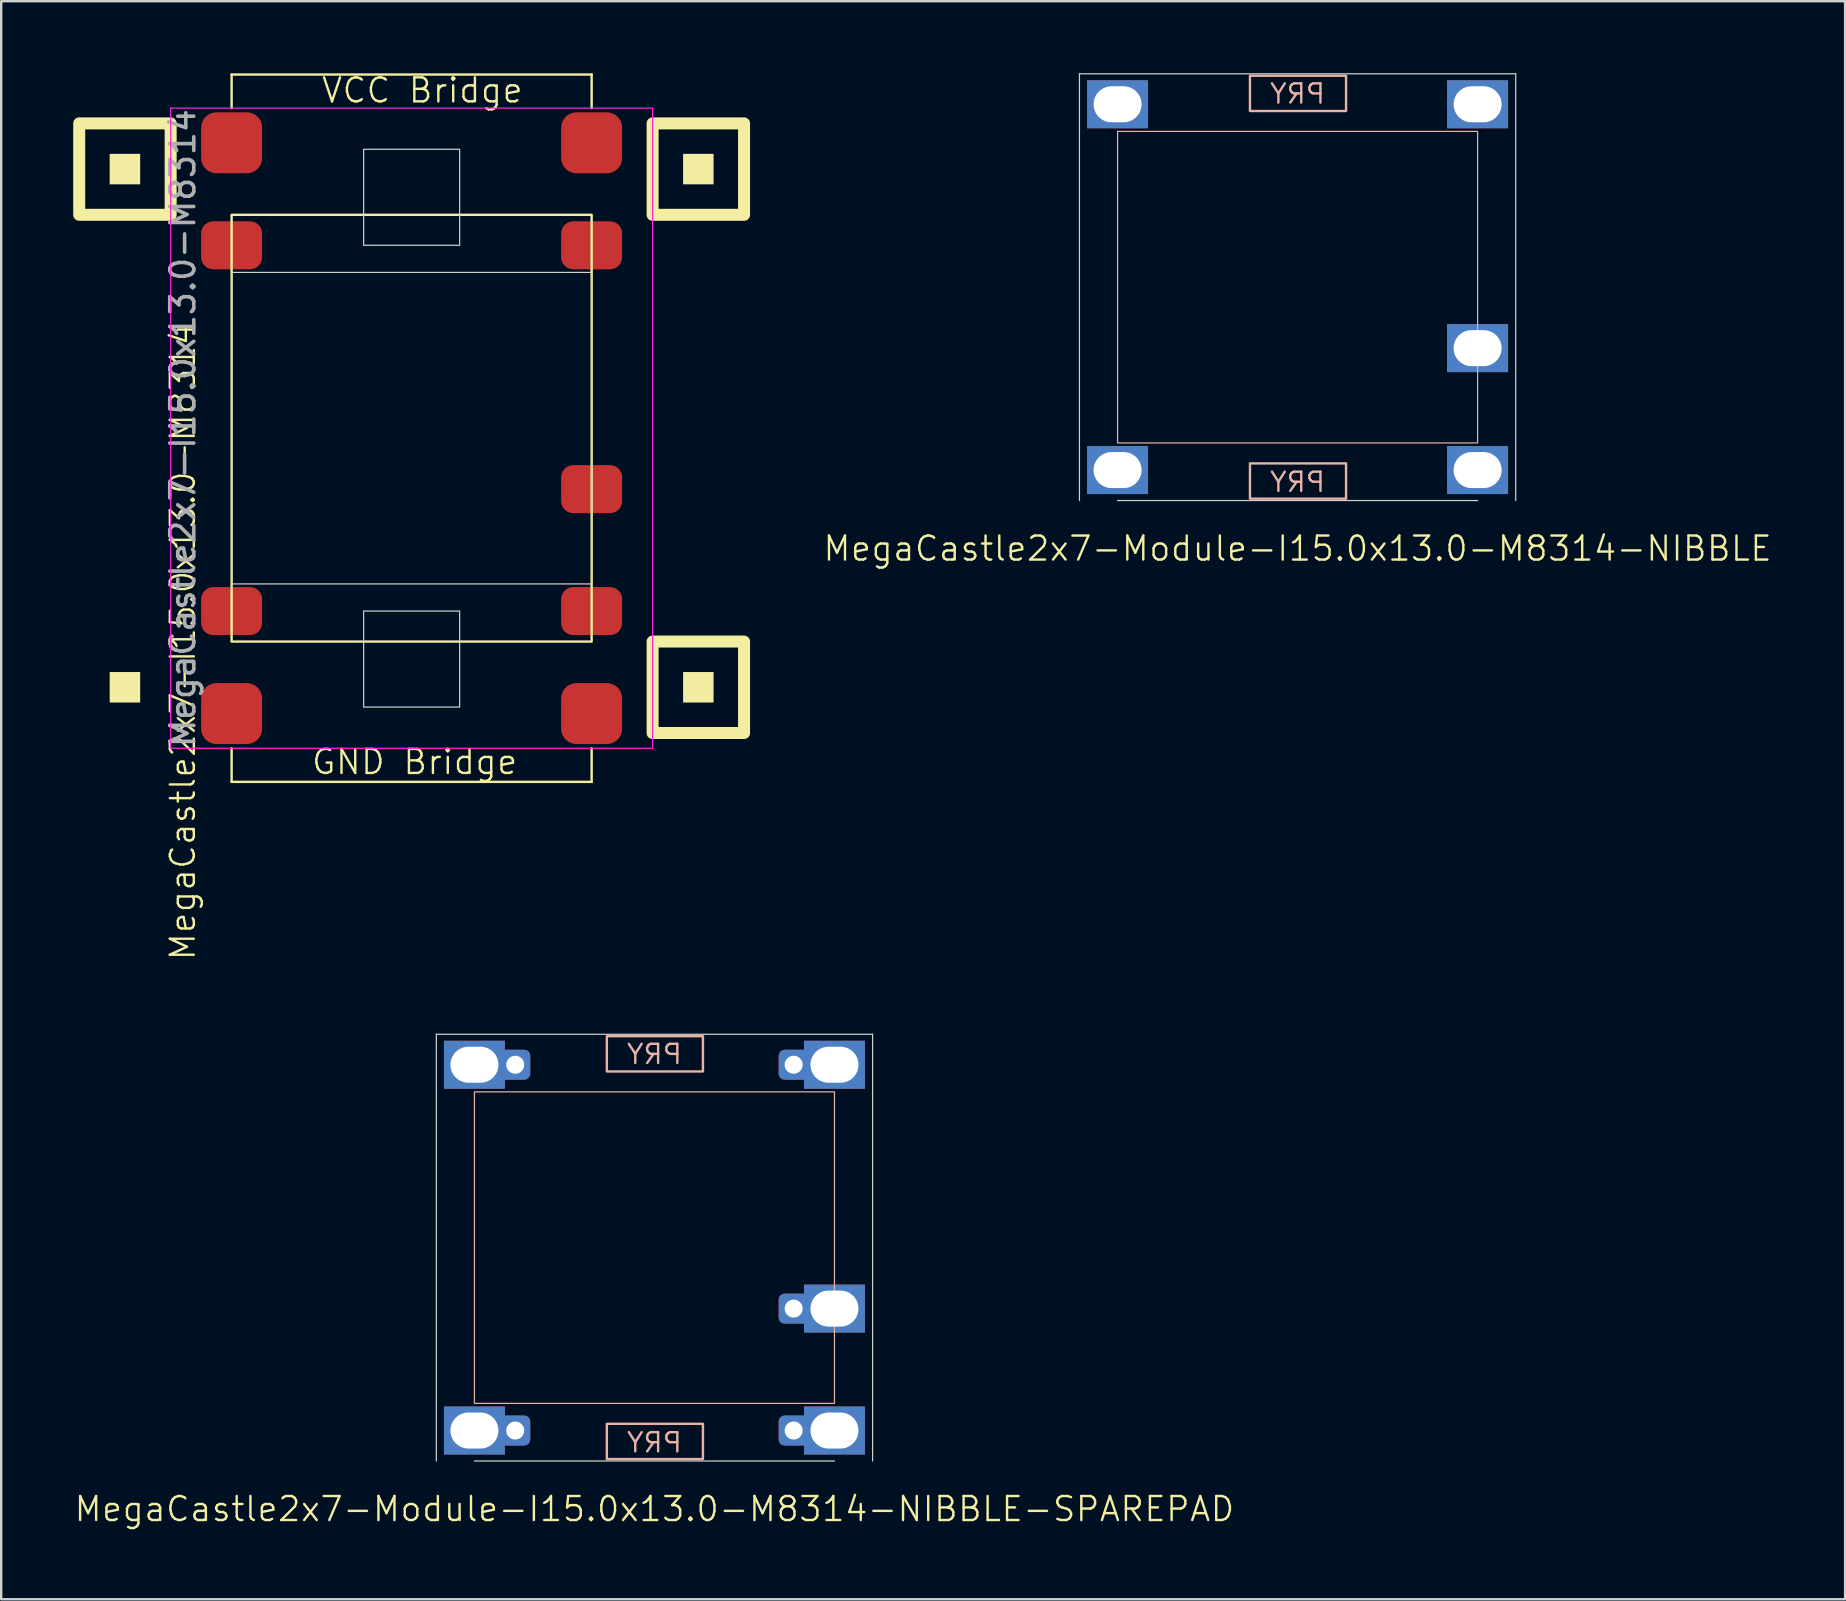
<source format=kicad_pcb>
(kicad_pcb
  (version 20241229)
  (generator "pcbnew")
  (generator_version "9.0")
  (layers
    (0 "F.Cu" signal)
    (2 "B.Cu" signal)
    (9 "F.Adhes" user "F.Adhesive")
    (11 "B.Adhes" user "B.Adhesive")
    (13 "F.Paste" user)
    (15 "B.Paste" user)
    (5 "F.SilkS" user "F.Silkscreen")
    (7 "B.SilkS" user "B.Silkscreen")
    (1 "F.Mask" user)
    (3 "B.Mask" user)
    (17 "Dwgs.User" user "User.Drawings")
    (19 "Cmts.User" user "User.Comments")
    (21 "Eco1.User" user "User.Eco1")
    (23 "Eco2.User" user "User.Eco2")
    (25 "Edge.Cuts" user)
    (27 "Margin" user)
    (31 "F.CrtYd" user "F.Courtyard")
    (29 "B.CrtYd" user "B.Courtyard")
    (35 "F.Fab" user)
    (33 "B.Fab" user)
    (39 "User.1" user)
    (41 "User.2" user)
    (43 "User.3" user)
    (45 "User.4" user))
  (footprint "MegaCastle2x7-Module-I15.0x13.0-M8314-NIBBLE"
    (layer "F.Cu")
    (at 51.012 8.915)
    (property "Reference" "MegaCastle2x7-Module-I15.0x13.0-M8314-NIBBLE" (at 0 10.89 0) (unlocked yes) (layer "F.SilkS") (effects (font (size 1 1) (thickness 0.1))))
    (attr smd)
    (fp_rect (start -7.5 6.49) (end 7.5 -6.49) (stroke (width 0.05) (type default)) (fill no) (layer "B.SilkS"))
    (fp_rect (start -1.984 -7.341) (end 2.02 -8.81) (stroke (width 0.1) (type default)) (fill no) (layer "B.SilkS"))
    (fp_rect (start -1.984 7.341) (end 2.02 8.81) (stroke (width 0.1) (type default)) (fill no) (layer "B.SilkS"))
    (fp_line (start -9.088 -8.89) (end -9.088 8.89) (stroke (width 0.05) (type default)) (layer "Edge.Cuts"))
    (fp_line (start -9.088 -8.89) (end 9.088 -8.89) (stroke (width 0.05) (type default)) (layer "Edge.Cuts"))
    (fp_line (start -7.5 8.89) (end 7.5 8.89) (stroke (width 0.05) (type default)) (layer "Edge.Cuts"))
    (fp_line (start 9.088 -8.89) (end 9.088 8.89) (stroke (width 0.05) (type default)) (layer "Edge.Cuts"))
    (fp_text user "PRY" (at 0 8.59 0) (unlocked yes) (layer "B.SilkS") (effects (font (size 0.8 0.8) (thickness 0.1)) (justify bottom mirror)))
    (fp_text user "PRY" (at 0 -7.59 0) (unlocked yes) (layer "B.SilkS") (effects (font (size 0.8 0.8) (thickness 0.1)) (justify bottom mirror)))
    (pad "1" thru_hole rect (at -7.5 -7.62) (size 2.54 2) (drill oval 2 1.5) (property pad_prop_castellated) (layers "*.Cu" "*.Mask"))
    (pad "7" thru_hole rect (at -7.5 7.62) (size 2.54 2) (drill oval 2 1.5) (property pad_prop_castellated) (layers "*.Cu" "*.Mask"))
    (pad "8" thru_hole rect (at 7.5 -7.62) (size 2.54 2) (drill oval 2 1.5) (property pad_prop_castellated) (layers "*.Cu" "*.Mask"))
    (pad "12" thru_hole rect (at 7.5 2.54) (size 2.54 2) (drill oval 2 1.5) (property pad_prop_castellated) (layers "*.Cu" "*.Mask"))
    (pad "14" thru_hole rect (at 7.5 7.62) (size 2.54 2) (drill oval 2 1.5) (property pad_prop_castellated) (layers "*.Cu" "*.Mask"))
    (zone (net_name "") (layer "B.Cu") (hatch edge 0.5) (connect_pads) (min_thickness 0.25) (filled_areas_thickness no) (keepout (tracks allowed) (vias allowed) (pads allowed) (copperpour allowed) (footprints not_allowed)) (placement (enabled no)) (fill) (polygon (pts (xy 43.512 17.805) (xy 43.512 0.025))))
    (zone (net_name "") (layer "B.Cu") (hatch edge 0.5) (connect_pads) (min_thickness 0.25) (filled_areas_thickness no) (keepout (tracks allowed) (vias allowed) (pads allowed) (copperpour allowed) (footprints not_allowed)) (placement (enabled no)) (fill) (polygon (pts (xy 58.512 17.805) (xy 58.512 0.025))))
    (zone (net_name "") (layer "B.Cu") (hatch edge 0.5) (connect_pads) (min_thickness 0.25) (filled_areas_thickness no) (keepout (tracks allowed) (vias allowed) (pads allowed) (copperpour allowed) (footprints not_allowed)) (placement (enabled no)) (fill) (polygon (pts (xy 43.512 0.025) (xy 43.512 2.425) (xy 58.512 2.425) (xy 58.512 0.025))))
    (zone (net_name "") (layer "B.Cu") (hatch edge 0.5) (connect_pads) (min_thickness 0.25) (filled_areas_thickness no) (keepout (tracks allowed) (vias allowed) (pads allowed) (copperpour allowed) (footprints not_allowed)) (placement (enabled no)) (fill) (polygon (pts (xy 43.512 17.805) (xy 43.512 15.405) (xy 58.512 15.405) (xy 58.512 17.805))))
    (zone (net_name "") (layer "B.Cu") (name "Upper Pry Zone") (hatch edge 0.5) (connect_pads) (min_thickness 0.25) (filled_areas_thickness no) (keepout (tracks not_allowed) (vias not_allowed) (pads not_allowed) (copperpour allowed) (footprints not_allowed)) (placement (enabled no)) (fill) (polygon (pts (xy 49.028 1.574) (xy 49.028 0.105) (xy 53.031 0.105) (xy 53.031 1.574))))
    (zone (net_name "") (layer "B.Cu") (name "Upper Pry Zone") (hatch edge 0.5) (connect_pads) (min_thickness 0.25) (filled_areas_thickness no) (keepout (tracks not_allowed) (vias not_allowed) (pads not_allowed) (copperpour allowed) (footprints not_allowed)) (placement (enabled no)) (fill) (polygon (pts (xy 49.028 16.256) (xy 49.028 17.725) (xy 53.031 17.725) (xy 53.031 16.256)))))
  (footprint "MegaCastle2x7-Module-I15.0x13.0-M8314-NIBBLE-SPAREPAD"
    (layer "F.Cu")
    (at 24.217 48.931)
    (property "Reference" "MegaCastle2x7-Module-I15.0x13.0-M8314-NIBBLE-SPAREPAD" (at 0 10.89 0) (unlocked yes) (layer "F.SilkS") (effects (font (size 1 1) (thickness 0.1))))
    (attr smd)
    (fp_rect (start -7.5 6.49) (end 7.5 -6.49) (stroke (width 0.05) (type default)) (fill no) (layer "B.SilkS"))
    (fp_rect (start -1.984 -7.341) (end 2.02 -8.81) (stroke (width 0.1) (type default)) (fill no) (layer "B.SilkS"))
    (fp_rect (start -1.984 7.341) (end 2.02 8.81) (stroke (width 0.1) (type default)) (fill no) (layer "B.SilkS"))
    (fp_line (start -9.088 -8.89) (end -9.088 8.89) (stroke (width 0.05) (type default)) (layer "Edge.Cuts"))
    (fp_line (start -9.088 -8.89) (end 9.088 -8.89) (stroke (width 0.05) (type default)) (layer "Edge.Cuts"))
    (fp_line (start -7.5 8.89) (end 7.5 8.89) (stroke (width 0.05) (type default)) (layer "Edge.Cuts"))
    (fp_line (start 9.088 -8.89) (end 9.088 8.89) (stroke (width 0.05) (type default)) (layer "Edge.Cuts"))
    (fp_text user "PRY" (at 0 8.59 0) (unlocked yes) (layer "B.SilkS") (effects (font (size 0.8 0.8) (thickness 0.1)) (justify bottom mirror)))
    (fp_text user "PRY" (at 0 -7.59 0) (unlocked yes) (layer "B.SilkS") (effects (font (size 0.8 0.8) (thickness 0.1)) (justify bottom mirror)))
    (pad "1" thru_hole rect (at -7.5 -7.62) (size 2.54 2) (drill oval 2 1.5) (property pad_prop_castellated) (layers "*.Cu" "*.Mask"))
    (pad "1" thru_hole roundrect (at -5.8 -7.62 180) (size 1.25 1.25) (drill 0.75) (layers "*.Cu" "*.Mask") (roundrect_rratio 0.2))
    (pad "7" thru_hole rect (at -7.5 7.62) (size 2.54 2) (drill oval 2 1.5) (property pad_prop_castellated) (layers "*.Cu" "*.Mask"))
    (pad "7" thru_hole roundrect (at -5.8 7.62 180) (size 1.25 1.25) (drill 0.75) (layers "*.Cu" "*.Mask") (roundrect_rratio 0.2))
    (pad "8" thru_hole roundrect (at 5.8 -7.62 180) (size 1.25 1.25) (drill 0.75) (layers "*.Cu" "*.Mask") (roundrect_rratio 0.2))
    (pad "8" thru_hole rect (at 7.5 -7.62) (size 2.54 2) (drill oval 2 1.5) (property pad_prop_castellated) (layers "*.Cu" "*.Mask"))
    (pad "12" thru_hole roundrect (at 5.8 2.54 180) (size 1.25 1.25) (drill 0.75) (layers "*.Cu" "*.Mask") (roundrect_rratio 0.2))
    (pad "12" thru_hole rect (at 7.5 2.54) (size 2.54 2) (drill oval 2 1.5) (property pad_prop_castellated) (layers "*.Cu" "*.Mask"))
    (pad "14" thru_hole roundrect (at 5.8 7.62 180) (size 1.25 1.25) (drill 0.75) (layers "*.Cu" "*.Mask") (roundrect_rratio 0.2))
    (pad "14" thru_hole rect (at 7.5 7.62) (size 2.54 2) (drill oval 2 1.5) (property pad_prop_castellated) (layers "*.Cu" "*.Mask"))
    (zone (net_name "") (layer "B.Cu") (hatch edge 0.5) (connect_pads) (min_thickness 0.25) (filled_areas_thickness no) (keepout (tracks allowed) (vias allowed) (pads allowed) (copperpour allowed) (footprints not_allowed)) (placement (enabled no)) (fill) (polygon (pts (xy 16.717 57.821) (xy 16.717 40.041))))
    (zone (net_name "") (layer "B.Cu") (hatch edge 0.5) (connect_pads) (min_thickness 0.25) (filled_areas_thickness no) (keepout (tracks allowed) (vias allowed) (pads allowed) (copperpour allowed) (footprints not_allowed)) (placement (enabled no)) (fill) (polygon (pts (xy 31.717 57.821) (xy 31.717 40.041))))
    (zone (net_name "") (layer "B.Cu") (hatch edge 0.5) (connect_pads) (min_thickness 0.25) (filled_areas_thickness no) (keepout (tracks allowed) (vias allowed) (pads allowed) (copperpour allowed) (footprints not_allowed)) (placement (enabled no)) (fill) (polygon (pts (xy 16.717 40.041) (xy 16.717 42.441) (xy 31.717 42.441) (xy 31.717 40.041))))
    (zone (net_name "") (layer "B.Cu") (hatch edge 0.5) (connect_pads) (min_thickness 0.25) (filled_areas_thickness no) (keepout (tracks allowed) (vias allowed) (pads allowed) (copperpour allowed) (footprints not_allowed)) (placement (enabled no)) (fill) (polygon (pts (xy 16.717 57.821) (xy 16.717 55.421) (xy 31.717 55.421) (xy 31.717 57.821))))
    (zone (net_name "") (layer "B.Cu") (name "Upper Pry Zone") (hatch edge 0.5) (connect_pads) (min_thickness 0.25) (filled_areas_thickness no) (keepout (tracks not_allowed) (vias not_allowed) (pads not_allowed) (copperpour allowed) (footprints not_allowed)) (placement (enabled no)) (fill) (polygon (pts (xy 22.232 41.589) (xy 22.232 40.121) (xy 26.236 40.121) (xy 26.236 41.589))))
    (zone (net_name "") (layer "B.Cu") (name "Upper Pry Zone") (hatch edge 0.5) (connect_pads) (min_thickness 0.25) (filled_areas_thickness no) (keepout (tracks not_allowed) (vias not_allowed) (pads not_allowed) (copperpour allowed) (footprints not_allowed)) (placement (enabled no)) (fill) (polygon (pts (xy 22.232 56.272) (xy 22.232 57.741) (xy 26.236 57.741) (xy 26.236 56.272)))))
  (footprint "MegaCastle2x7-I15.0x13.0-M8314"
    (layer "F.Cu")
    (at 14.1 14.79)
    (property "Reference" "MegaCastle2x7-I15.0x13.0-M8314" (at -9.532 8.89 90) (unlocked yes) (layer "F.SilkS") (effects (font (size 1 1) (thickness 0.1))))
    (attr smd)
    (fp_line (start -7.5 -14.735) (end 7.5 -14.735) (stroke (width 0.1) (type default)) (layer "F.SilkS"))
    (fp_line (start -7.5 -13.335) (end -7.5 -14.735) (stroke (width 0.1) (type default)) (layer "F.SilkS"))
    (fp_line (start -7.5 13.335) (end -7.5 14.735) (stroke (width 0.1) (type default)) (layer "F.SilkS"))
    (fp_line (start -7.5 14.735) (end 7.5 14.735) (stroke (width 0.1) (type default)) (layer "F.SilkS"))
    (fp_line (start 7.5 -13.335) (end 7.5 -14.735) (stroke (width 0.1) (type default)) (layer "F.SilkS"))
    (fp_line (start 7.5 13.335) (end 7.5 14.735) (stroke (width 0.1) (type default)) (layer "F.SilkS"))
    (fp_rect (start -11.31 -10.16) (end -12.58 -11.43) (stroke (width 0) (type solid)) (fill yes) (layer "F.SilkS"))
    (fp_rect (start -11.31 11.43) (end -12.58 10.16) (stroke (width 0) (type solid)) (fill yes) (layer "F.SilkS"))
    (fp_rect (start -10.04 -8.89) (end -13.85 -12.7) (stroke (width 0.5) (type default)) (fill no) (layer "F.SilkS"))
    (fp_rect (start -7.5 -8.89) (end 7.5 8.89) (stroke (width 0.1) (type default)) (fill no) (layer "F.SilkS"))
    (fp_rect (start 12.58 -10.16) (end 11.31 -11.43) (stroke (width 0) (type solid)) (fill yes) (layer "F.SilkS"))
    (fp_rect (start 12.58 11.43) (end 11.31 10.16) (stroke (width 0) (type solid)) (fill yes) (layer "F.SilkS"))
    (fp_rect (start 13.85 -8.89) (end 10.04 -12.7) (stroke (width 0.5) (type default)) (fill no) (layer "F.SilkS"))
    (fp_rect (start 13.85 12.7) (end 10.04 8.89) (stroke (width 0.5) (type default)) (fill no) (layer "F.SilkS"))
    (fp_rect (start -7.5 -6.49) (end 7.5 6.49) (stroke (width 0.05) (type default)) (fill no) (layer "Edge.Cuts"))
    (fp_rect (start -2 -7.62) (end 2 -11.62) (stroke (width 0.05) (type default)) (fill no) (layer "Edge.Cuts"))
    (fp_rect (start -2 7.62) (end 2 11.62) (stroke (width 0.05) (type default)) (fill no) (layer "Edge.Cuts"))
    (fp_line (start -10.04 -13.335) (end -10.04 13.335) (stroke (width 0.05) (type default)) (layer "F.CrtYd"))
    (fp_line (start -10.04 13.335) (end 10.04 13.335) (stroke (width 0.05) (type default)) (layer "F.CrtYd"))
    (fp_line (start 10.04 -13.335) (end -10.04 -13.335) (stroke (width 0.05) (type default)) (layer "F.CrtYd"))
    (fp_line (start 10.04 -13.335) (end 10.04 13.335) (stroke (width 0.05) (type default)) (layer "F.CrtYd"))
    (fp_text user "GND Bridge" (at -4.226 14.49 0) (unlocked yes) (layer "F.SilkS") (effects (font (size 1 1) (thickness 0.1)) (justify left bottom)))
    (fp_text user "VCC Bridge" (at -3.81 -13.49 0) (unlocked yes) (layer "F.SilkS") (effects (font (size 1 1) (thickness 0.1)) (justify left bottom)))
    (fp_text user "${REFERENCE}" (at -9.532 0 90) (unlocked yes) (layer "F.Fab") (effects (font (size 1 1) (thickness 0.15))))
    (pad "1" smd roundrect (at -7.5 -7.62) (size 2.54 2) (layers "F.Cu" "F.Mask" "F.Paste") (roundrect_rratio 0.25))
    (pad "7" smd roundrect (at -7.5 7.62) (size 2.54 2) (layers "F.Cu" "F.Mask" "F.Paste") (roundrect_rratio 0.25))
    (pad "8" smd roundrect (at 7.5 -7.62) (size 2.54 2) (layers "F.Cu" "F.Mask" "F.Paste") (roundrect_rratio 0.25))
    (pad "12" smd roundrect (at 7.5 2.54) (size 2.54 2) (layers "F.Cu" "F.Mask" "F.Paste") (roundrect_rratio 0.25))
    (pad "14" smd roundrect (at 7.5 7.62) (size 2.54 2) (layers "F.Cu" "F.Mask" "F.Paste") (roundrect_rratio 0.25))
    (pad "A1" smd roundrect (at -7.5 -11.89) (size 2.54 2.54) (layers "F.Cu" "F.Mask" "F.Paste") (roundrect_rratio 0.25))
    (pad "A2" smd roundrect (at 7.5 -11.89) (size 2.54 2.54) (layers "F.Cu" "F.Mask" "F.Paste") (roundrect_rratio 0.25))
    (pad "B1" smd roundrect (at -7.5 11.89) (size 2.54 2.54) (layers "F.Cu" "F.Mask" "F.Paste") (roundrect_rratio 0.25))
    (pad "B2" smd roundrect (at 7.5 11.89) (size 2.54 2.54) (layers "F.Cu" "F.Mask" "F.Paste") (roundrect_rratio 0.25)))
  (gr_rect
    (start -3 -3)
    (end 73.824 63.581)
    (stroke (width 0.1) (type default))
    (fill no)
    (layer "Edge.Cuts")))
</source>
